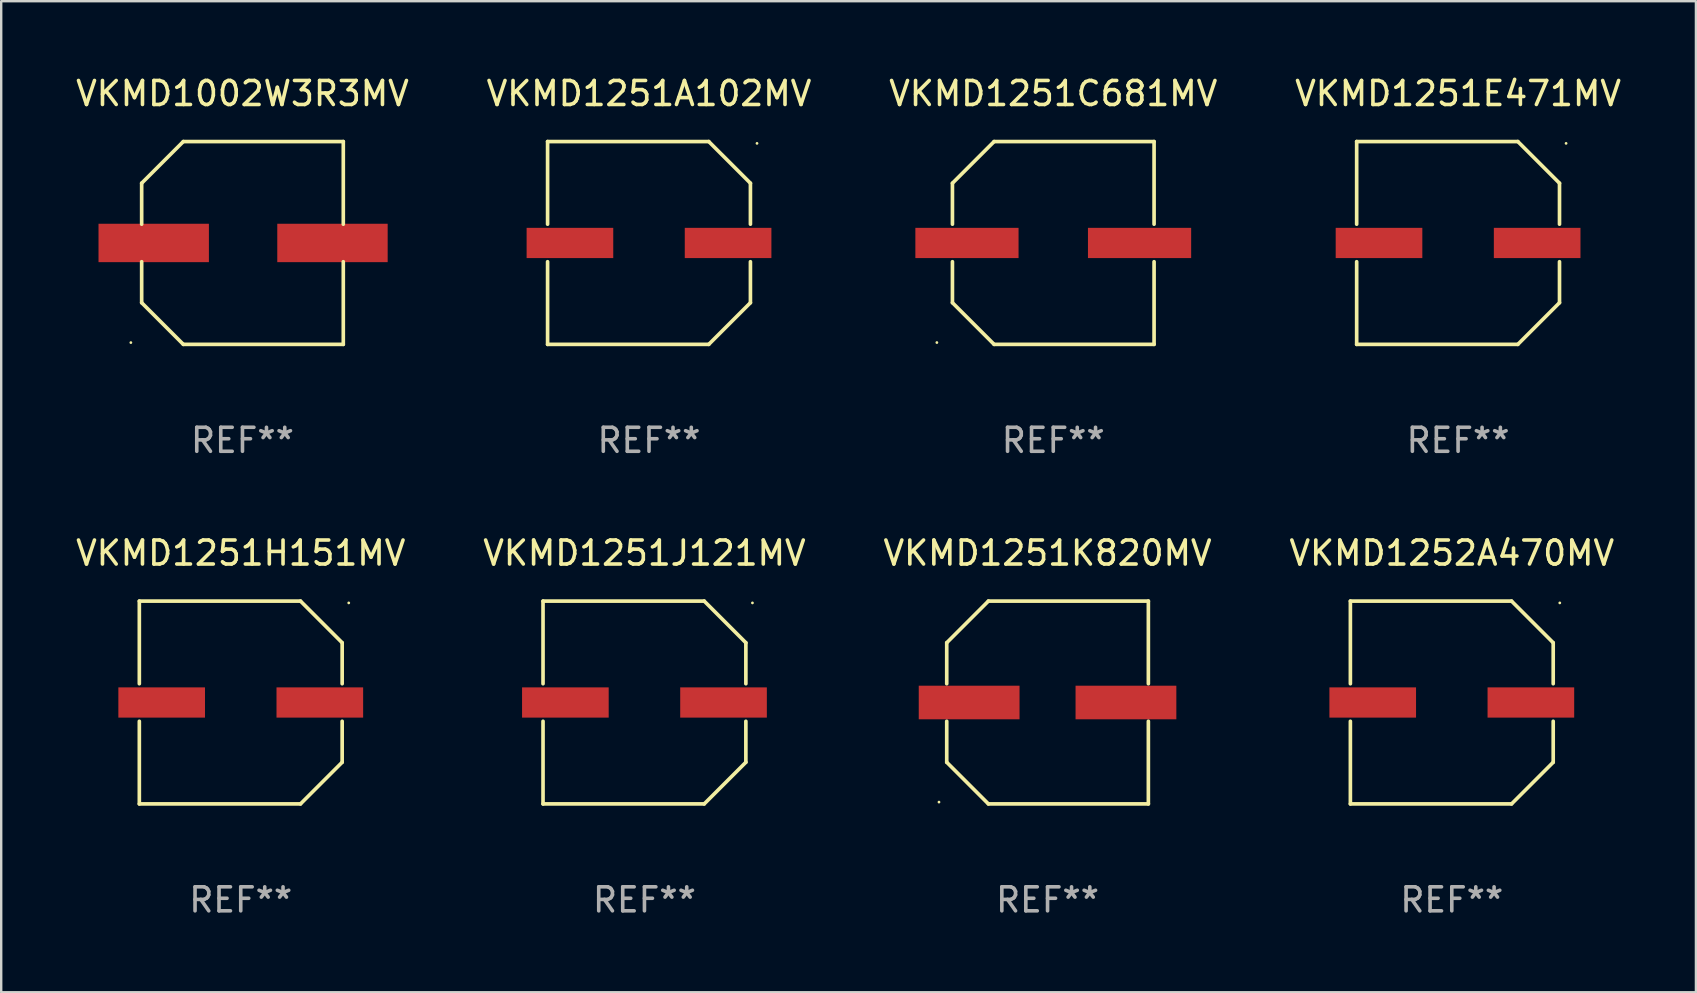
<source format=kicad_pcb>
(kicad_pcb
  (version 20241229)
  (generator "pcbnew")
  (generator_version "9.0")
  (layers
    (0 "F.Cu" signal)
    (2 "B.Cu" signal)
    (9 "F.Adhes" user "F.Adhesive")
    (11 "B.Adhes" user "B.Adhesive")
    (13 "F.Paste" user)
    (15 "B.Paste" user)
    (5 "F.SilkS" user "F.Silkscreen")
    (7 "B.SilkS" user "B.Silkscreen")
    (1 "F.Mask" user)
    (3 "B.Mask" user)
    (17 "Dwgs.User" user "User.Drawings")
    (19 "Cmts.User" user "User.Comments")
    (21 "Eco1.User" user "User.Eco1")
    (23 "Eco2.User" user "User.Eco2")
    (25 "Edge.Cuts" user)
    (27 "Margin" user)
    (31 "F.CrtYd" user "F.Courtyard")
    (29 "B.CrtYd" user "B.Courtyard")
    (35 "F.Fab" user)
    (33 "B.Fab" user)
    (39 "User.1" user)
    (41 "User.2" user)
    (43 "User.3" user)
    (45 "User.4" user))
  (footprint "VKMD1251C681MV"
    (layer "F.Cu")
    (at 40.839 7.074)
    (property "Reference" "VKMD1251C681MV" (at 0 -6.226 0) (layer "F.SilkS") (effects (font (size 1 1) (thickness 0.15))))
    (attr through_hole)
    (fp_line (start -4.201 -2.49) (end -4.201 -0.782) (stroke (width 0.152) (type solid)) (layer "F.SilkS"))
    (fp_line (start -4.201 2.49) (end -4.201 0.782) (stroke (width 0.152) (type solid)) (layer "F.SilkS"))
    (fp_line (start -2.465 -4.226) (end -4.201 -2.49) (stroke (width 0.152) (type solid)) (layer "F.SilkS"))
    (fp_line (start -2.465 4.226) (end -4.201 2.49) (stroke (width 0.152) (type solid)) (layer "F.SilkS"))
    (fp_line (start 4.201 -4.226) (end -2.465 -4.226) (stroke (width 0.152) (type solid)) (layer "F.SilkS"))
    (fp_line (start 4.201 -0.782) (end 4.201 -4.226) (stroke (width 0.152) (type solid)) (layer "F.SilkS"))
    (fp_line (start 4.201 0.782) (end 4.201 4.226) (stroke (width 0.152) (type solid)) (layer "F.SilkS"))
    (fp_line (start 4.201 4.226) (end -2.465 4.226) (stroke (width 0.152) (type solid)) (layer "F.SilkS"))
    (fp_circle (center -4.85 4.15) (end -4.82 4.15) (stroke (width 0.06) (type solid)) (fill no) (layer "F.SilkS"))
    (fp_text user "REF**" (at 0 8.226 0) (layer "F.Fab") (effects (font (size 1 1) (thickness 0.15))))
    (pad "1" smd rect (at -3.596 0.000127) (size 4.3 1.26) (layers "F.Cu" "F.Mask" "F.Paste"))
    (pad "2" smd rect (at 3.596 0.000127) (size 4.3 1.26) (layers "F.Cu" "F.Mask" "F.Paste")))
  (footprint "VKMD1251E471MV"
    (layer "F.Cu")
    (at 57.708 7.074)
    (property "Reference" "VKMD1251E471MV" (at 0 -6.226 0) (layer "F.SilkS") (effects (font (size 1 1) (thickness 0.15))))
    (attr through_hole)
    (fp_line (start -4.226 -4.226) (end 2.49 -4.226) (stroke (width 0.152) (type solid)) (layer "F.SilkS"))
    (fp_line (start -4.226 -0.782) (end -4.226 -4.226) (stroke (width 0.152) (type solid)) (layer "F.SilkS"))
    (fp_line (start -4.226 0.782) (end -4.226 4.226) (stroke (width 0.152) (type solid)) (layer "F.SilkS"))
    (fp_line (start -4.226 4.226) (end 2.49 4.226) (stroke (width 0.152) (type solid)) (layer "F.SilkS"))
    (fp_line (start 2.49 -4.226) (end 4.226 -2.49) (stroke (width 0.152) (type solid)) (layer "F.SilkS"))
    (fp_line (start 2.49 4.226) (end 4.226 2.49) (stroke (width 0.152) (type solid)) (layer "F.SilkS"))
    (fp_line (start 4.226 -2.49) (end 4.226 -0.782) (stroke (width 0.152) (type solid)) (layer "F.SilkS"))
    (fp_line (start 4.226 2.49) (end 4.226 0.782) (stroke (width 0.152) (type solid)) (layer "F.SilkS"))
    (fp_circle (center 4.5 -4.15) (end 4.53 -4.15) (stroke (width 0.06) (type solid)) (fill no) (layer "F.SilkS"))
    (fp_text user "REF**" (at 0 8.226 0) (layer "F.Fab") (effects (font (size 1 1) (thickness 0.15))))
    (pad "1" smd rect (at 3.295 0 180) (size 3.61 1.26) (layers "F.Cu" "F.Mask" "F.Paste"))
    (pad "2" smd rect (at -3.295 0 180) (size 3.61 1.26) (layers "F.Cu" "F.Mask" "F.Paste")))
  (footprint "VKMD1251A102MV"
    (layer "F.Cu")
    (at 23.994 7.074)
    (property "Reference" "VKMD1251A102MV" (at 0 -6.226 0) (layer "F.SilkS") (effects (font (size 1 1) (thickness 0.15))))
    (attr through_hole)
    (fp_line (start -4.226 -4.226) (end 2.49 -4.226) (stroke (width 0.152) (type solid)) (layer "F.SilkS"))
    (fp_line (start -4.226 -0.782) (end -4.226 -4.226) (stroke (width 0.152) (type solid)) (layer "F.SilkS"))
    (fp_line (start -4.226 0.782) (end -4.226 4.226) (stroke (width 0.152) (type solid)) (layer "F.SilkS"))
    (fp_line (start -4.226 4.226) (end 2.49 4.226) (stroke (width 0.152) (type solid)) (layer "F.SilkS"))
    (fp_line (start 2.49 -4.226) (end 4.226 -2.49) (stroke (width 0.152) (type solid)) (layer "F.SilkS"))
    (fp_line (start 2.49 4.226) (end 4.226 2.49) (stroke (width 0.152) (type solid)) (layer "F.SilkS"))
    (fp_line (start 4.226 -2.49) (end 4.226 -0.782) (stroke (width 0.152) (type solid)) (layer "F.SilkS"))
    (fp_line (start 4.226 2.49) (end 4.226 0.782) (stroke (width 0.152) (type solid)) (layer "F.SilkS"))
    (fp_circle (center 4.5 -4.15) (end 4.53 -4.15) (stroke (width 0.06) (type solid)) (fill no) (layer "F.SilkS"))
    (fp_text user "REF**" (at 0 8.226 0) (layer "F.Fab") (effects (font (size 1 1) (thickness 0.15))))
    (pad "1" smd rect (at 3.295 0 180) (size 3.61 1.26) (layers "F.Cu" "F.Mask" "F.Paste"))
    (pad "2" smd rect (at -3.295 0 180) (size 3.61 1.26) (layers "F.Cu" "F.Mask" "F.Paste")))
  (footprint "VKMD1251H151MV"
    (layer "F.Cu")
    (at 6.982 26.223)
    (property "Reference" "VKMD1251H151MV" (at 0 -6.226 0) (layer "F.SilkS") (effects (font (size 1 1) (thickness 0.15))))
    (attr through_hole)
    (fp_line (start -4.226 -4.226) (end 2.49 -4.226) (stroke (width 0.152) (type solid)) (layer "F.SilkS"))
    (fp_line (start -4.226 -0.782) (end -4.226 -4.226) (stroke (width 0.152) (type solid)) (layer "F.SilkS"))
    (fp_line (start -4.226 0.782) (end -4.226 4.226) (stroke (width 0.152) (type solid)) (layer "F.SilkS"))
    (fp_line (start -4.226 4.226) (end 2.49 4.226) (stroke (width 0.152) (type solid)) (layer "F.SilkS"))
    (fp_line (start 2.49 -4.226) (end 4.226 -2.49) (stroke (width 0.152) (type solid)) (layer "F.SilkS"))
    (fp_line (start 2.49 4.226) (end 4.226 2.49) (stroke (width 0.152) (type solid)) (layer "F.SilkS"))
    (fp_line (start 4.226 -2.49) (end 4.226 -0.782) (stroke (width 0.152) (type solid)) (layer "F.SilkS"))
    (fp_line (start 4.226 2.49) (end 4.226 0.782) (stroke (width 0.152) (type solid)) (layer "F.SilkS"))
    (fp_circle (center 4.5 -4.15) (end 4.53 -4.15) (stroke (width 0.06) (type solid)) (fill no) (layer "F.SilkS"))
    (fp_text user "REF**" (at 0 8.226 0) (layer "F.Fab") (effects (font (size 1 1) (thickness 0.15))))
    (pad "1" smd rect (at 3.295 0 180) (size 3.61 1.26) (layers "F.Cu" "F.Mask" "F.Paste"))
    (pad "2" smd rect (at -3.295 0 180) (size 3.61 1.26) (layers "F.Cu" "F.Mask" "F.Paste")))
  (footprint "VKMD1251J121MV"
    (layer "F.Cu")
    (at 23.804 26.223)
    (property "Reference" "VKMD1251J121MV" (at 0 -6.226 0) (layer "F.SilkS") (effects (font (size 1 1) (thickness 0.15))))
    (attr through_hole)
    (fp_line (start -4.226 -4.226) (end 2.49 -4.226) (stroke (width 0.152) (type solid)) (layer "F.SilkS"))
    (fp_line (start -4.226 -0.782) (end -4.226 -4.226) (stroke (width 0.152) (type solid)) (layer "F.SilkS"))
    (fp_line (start -4.226 0.782) (end -4.226 4.226) (stroke (width 0.152) (type solid)) (layer "F.SilkS"))
    (fp_line (start -4.226 4.226) (end 2.49 4.226) (stroke (width 0.152) (type solid)) (layer "F.SilkS"))
    (fp_line (start 2.49 -4.226) (end 4.226 -2.49) (stroke (width 0.152) (type solid)) (layer "F.SilkS"))
    (fp_line (start 2.49 4.226) (end 4.226 2.49) (stroke (width 0.152) (type solid)) (layer "F.SilkS"))
    (fp_line (start 4.226 -2.49) (end 4.226 -0.782) (stroke (width 0.152) (type solid)) (layer "F.SilkS"))
    (fp_line (start 4.226 2.49) (end 4.226 0.782) (stroke (width 0.152) (type solid)) (layer "F.SilkS"))
    (fp_circle (center 4.5 -4.15) (end 4.53 -4.15) (stroke (width 0.06) (type solid)) (fill no) (layer "F.SilkS"))
    (fp_text user "REF**" (at 0 8.226 0) (layer "F.Fab") (effects (font (size 1 1) (thickness 0.15))))
    (pad "1" smd rect (at 3.295 0 180) (size 3.61 1.26) (layers "F.Cu" "F.Mask" "F.Paste"))
    (pad "2" smd rect (at -3.295 0 180) (size 3.61 1.26) (layers "F.Cu" "F.Mask" "F.Paste")))
  (footprint "VKMD1252A470MV"
    (layer "F.Cu")
    (at 57.446 26.223)
    (property "Reference" "VKMD1252A470MV" (at 0 -6.226 0) (layer "F.SilkS") (effects (font (size 1 1) (thickness 0.15))))
    (attr through_hole)
    (fp_line (start -4.226 -4.226) (end 2.49 -4.226) (stroke (width 0.152) (type solid)) (layer "F.SilkS"))
    (fp_line (start -4.226 -0.782) (end -4.226 -4.226) (stroke (width 0.152) (type solid)) (layer "F.SilkS"))
    (fp_line (start -4.226 0.782) (end -4.226 4.226) (stroke (width 0.152) (type solid)) (layer "F.SilkS"))
    (fp_line (start -4.226 4.226) (end 2.49 4.226) (stroke (width 0.152) (type solid)) (layer "F.SilkS"))
    (fp_line (start 2.49 -4.226) (end 4.226 -2.49) (stroke (width 0.152) (type solid)) (layer "F.SilkS"))
    (fp_line (start 2.49 4.226) (end 4.226 2.49) (stroke (width 0.152) (type solid)) (layer "F.SilkS"))
    (fp_line (start 4.226 -2.49) (end 4.226 -0.782) (stroke (width 0.152) (type solid)) (layer "F.SilkS"))
    (fp_line (start 4.226 2.49) (end 4.226 0.782) (stroke (width 0.152) (type solid)) (layer "F.SilkS"))
    (fp_circle (center 4.5 -4.15) (end 4.53 -4.15) (stroke (width 0.06) (type solid)) (fill no) (layer "F.SilkS"))
    (fp_text user "REF**" (at 0 8.226 0) (layer "F.Fab") (effects (font (size 1 1) (thickness 0.15))))
    (pad "1" smd rect (at 3.295 0 180) (size 3.61 1.26) (layers "F.Cu" "F.Mask" "F.Paste"))
    (pad "2" smd rect (at -3.295 0 180) (size 3.61 1.26) (layers "F.Cu" "F.Mask" "F.Paste")))
  (footprint "VKMD1002W3R3MV"
    (layer "F.Cu")
    (at 7.054 7.074)
    (property "Reference" "VKMD1002W3R3MV" (at 0 -6.226 0) (layer "F.SilkS") (effects (font (size 1 1) (thickness 0.15))))
    (attr through_hole)
    (fp_line (start -4.201 -2.49) (end -4.201 -0.782) (stroke (width 0.152) (type solid)) (layer "F.SilkS"))
    (fp_line (start -4.201 2.49) (end -4.201 0.782) (stroke (width 0.152) (type solid)) (layer "F.SilkS"))
    (fp_line (start -2.465 -4.226) (end -4.201 -2.49) (stroke (width 0.152) (type solid)) (layer "F.SilkS"))
    (fp_line (start -2.465 4.226) (end -4.201 2.49) (stroke (width 0.152) (type solid)) (layer "F.SilkS"))
    (fp_line (start 4.201 -4.226) (end -2.465 -4.226) (stroke (width 0.152) (type solid)) (layer "F.SilkS"))
    (fp_line (start 4.201 -0.782) (end 4.201 -4.226) (stroke (width 0.152) (type solid)) (layer "F.SilkS"))
    (fp_line (start 4.201 0.782) (end 4.201 4.226) (stroke (width 0.152) (type solid)) (layer "F.SilkS"))
    (fp_line (start 4.201 4.226) (end -2.465 4.226) (stroke (width 0.152) (type solid)) (layer "F.SilkS"))
    (fp_circle (center -4.651 4.152) (end -4.621 4.152) (stroke (width 0.06) (type solid)) (fill no) (layer "F.SilkS"))
    (fp_text user "REF**" (at 0 8.226 0) (layer "F.Fab") (effects (font (size 1 1) (thickness 0.15))))
    (pad "1" smd rect (at -3.699 0) (size 4.6 1.6) (layers "F.Cu" "F.Mask" "F.Paste"))
    (pad "2" smd rect (at 3.75 0) (size 4.6 1.6) (layers "F.Cu" "F.Mask" "F.Paste")))
  (footprint "VKMD1251K820MV"
    (layer "F.Cu")
    (at 40.601 26.223)
    (property "Reference" "VKMD1251K820MV" (at 0 -6.226 0) (layer "F.SilkS") (effects (font (size 1 1) (thickness 0.15))))
    (attr through_hole)
    (fp_line (start -4.201 -2.49) (end -4.201 -0.782) (stroke (width 0.152) (type solid)) (layer "F.SilkS"))
    (fp_line (start -4.201 2.49) (end -4.201 0.782) (stroke (width 0.152) (type solid)) (layer "F.SilkS"))
    (fp_line (start -2.465 -4.226) (end -4.201 -2.49) (stroke (width 0.152) (type solid)) (layer "F.SilkS"))
    (fp_line (start -2.465 4.226) (end -4.201 2.49) (stroke (width 0.152) (type solid)) (layer "F.SilkS"))
    (fp_line (start 4.201 -4.226) (end -2.465 -4.226) (stroke (width 0.152) (type solid)) (layer "F.SilkS"))
    (fp_line (start 4.201 -0.782) (end 4.201 -4.226) (stroke (width 0.152) (type solid)) (layer "F.SilkS"))
    (fp_line (start 4.201 0.782) (end 4.201 4.226) (stroke (width 0.152) (type solid)) (layer "F.SilkS"))
    (fp_line (start 4.201 4.226) (end -2.465 4.226) (stroke (width 0.152) (type solid)) (layer "F.SilkS"))
    (fp_circle (center -4.524 4.15) (end -4.494 4.15) (stroke (width 0.06) (type solid)) (fill no) (layer "F.SilkS"))
    (fp_text user "REF**" (at 0 8.226 0) (layer "F.Fab") (effects (font (size 1 1) (thickness 0.15))))
    (pad "1" smd rect (at -3.267 0) (size 4.2 1.4) (layers "F.Cu" "F.Mask" "F.Paste"))
    (pad "2" smd rect (at 3.267 0) (size 4.2 1.4) (layers "F.Cu" "F.Mask" "F.Paste")))
  (gr_rect
    (start -3 -3)
    (end 67.619 38.298)
    (stroke (width 0.1) (type default))
    (fill no)
    (layer "Edge.Cuts")))
</source>
